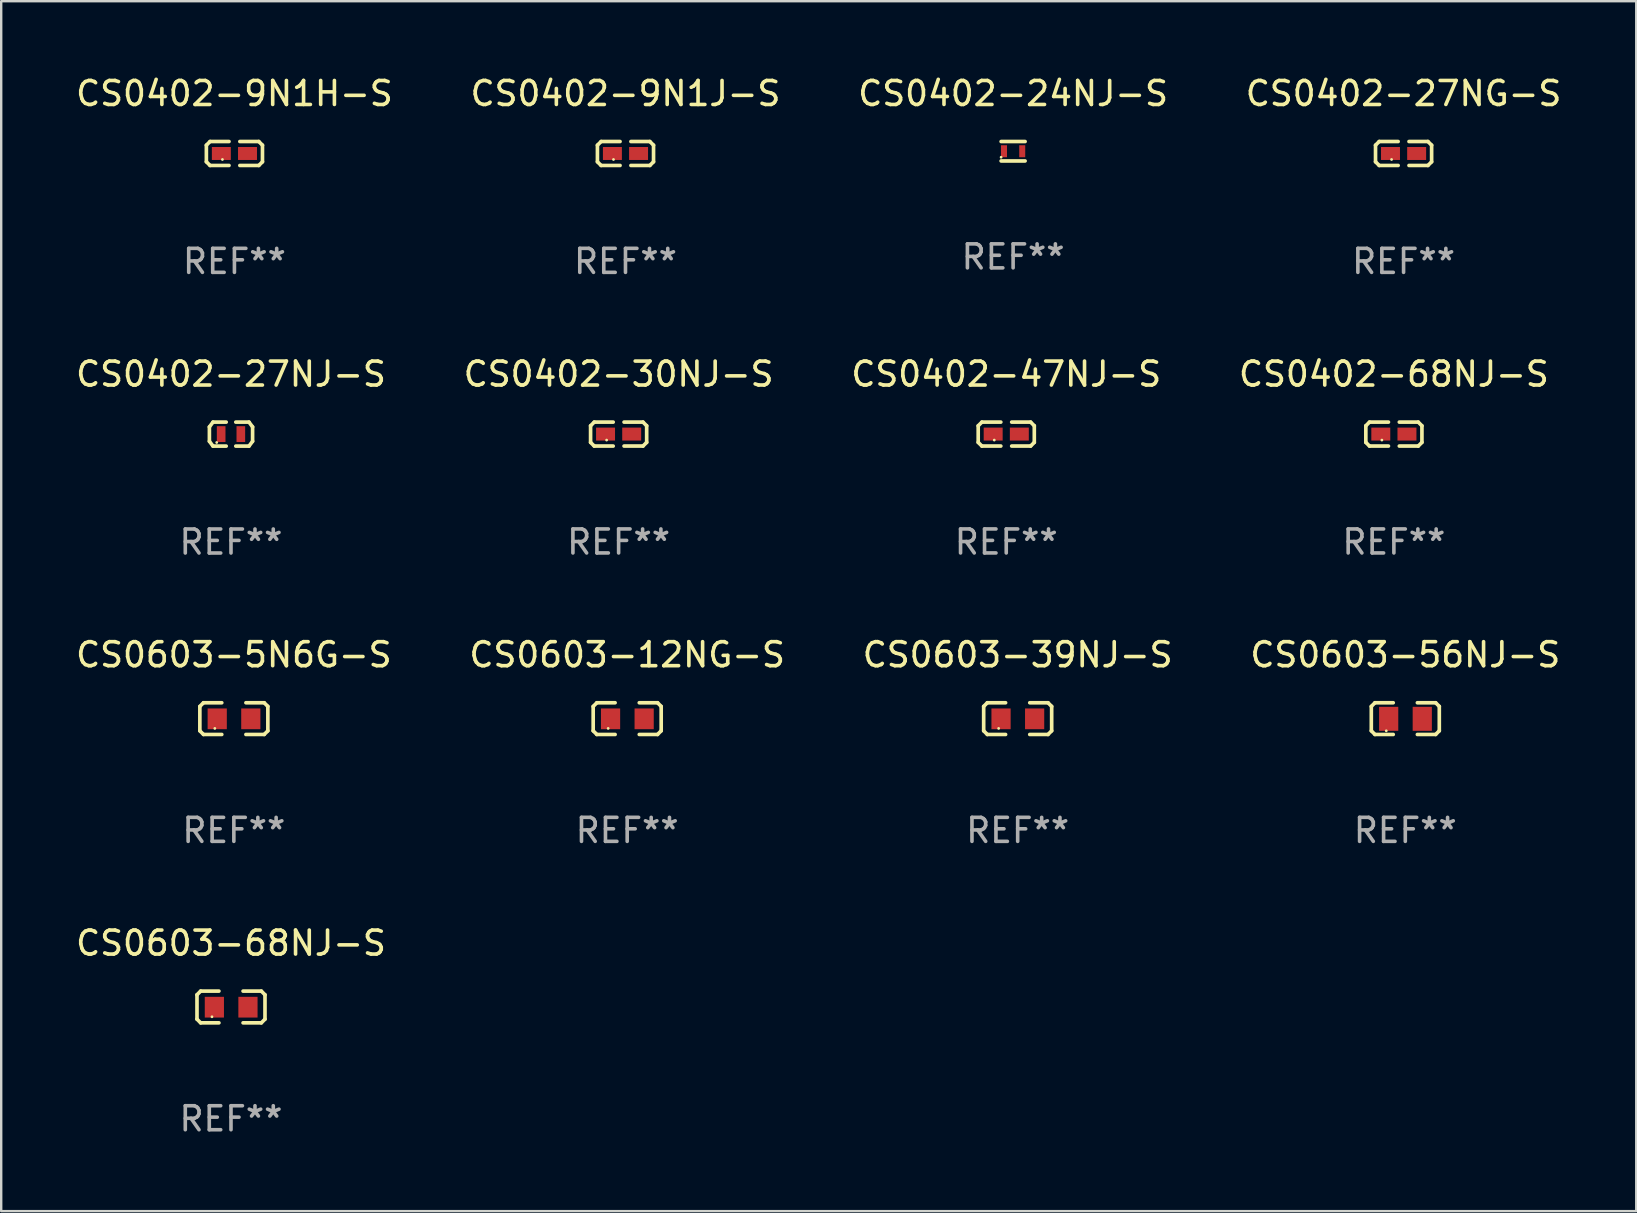
<source format=kicad_pcb>
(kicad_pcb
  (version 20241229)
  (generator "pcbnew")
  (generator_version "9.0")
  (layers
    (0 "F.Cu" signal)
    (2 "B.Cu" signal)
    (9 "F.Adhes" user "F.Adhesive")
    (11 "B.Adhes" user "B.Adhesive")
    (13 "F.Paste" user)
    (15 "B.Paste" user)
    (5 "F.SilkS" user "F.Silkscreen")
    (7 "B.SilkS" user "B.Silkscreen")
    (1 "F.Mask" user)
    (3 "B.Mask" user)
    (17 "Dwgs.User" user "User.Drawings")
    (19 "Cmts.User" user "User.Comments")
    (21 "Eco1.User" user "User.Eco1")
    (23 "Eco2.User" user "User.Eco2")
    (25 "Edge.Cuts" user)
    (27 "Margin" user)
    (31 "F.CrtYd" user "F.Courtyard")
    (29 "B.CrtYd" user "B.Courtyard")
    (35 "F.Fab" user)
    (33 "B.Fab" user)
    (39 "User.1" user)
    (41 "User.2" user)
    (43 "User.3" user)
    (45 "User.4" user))
  (footprint "CS0603-5N6G-S"
    (layer "F.Cu")
    (at 6.696 26.899)
    (property "Reference" "CS0603-5N6G-S" (at 0 -2.661 0) (layer "F.SilkS") (effects (font (size 1 1) (thickness 0.15))))
    (attr through_hole)
    (fp_line (start -1.417 -0.508) (end -1.265 -0.661) (stroke (width 0.152) (type solid)) (layer "F.SilkS"))
    (fp_line (start -1.417 0.508) (end -1.417 -0.508) (stroke (width 0.152) (type solid)) (layer "F.SilkS"))
    (fp_line (start -1.265 -0.661) (end -0.503 -0.661) (stroke (width 0.152) (type solid)) (layer "F.SilkS"))
    (fp_line (start -1.265 0.661) (end -1.417 0.508) (stroke (width 0.152) (type solid)) (layer "F.SilkS"))
    (fp_line (start -1.265 0.661) (end -0.503 0.661) (stroke (width 0.152) (type solid)) (layer "F.SilkS"))
    (fp_line (start 1.265 -0.661) (end 0.503 -0.661) (stroke (width 0.152) (type solid)) (layer "F.SilkS"))
    (fp_line (start 1.265 -0.661) (end 1.417 -0.508) (stroke (width 0.152) (type solid)) (layer "F.SilkS"))
    (fp_line (start 1.265 0.661) (end 0.503 0.661) (stroke (width 0.152) (type solid)) (layer "F.SilkS"))
    (fp_line (start 1.417 -0.508) (end 1.417 0.508) (stroke (width 0.152) (type solid)) (layer "F.SilkS"))
    (fp_line (start 1.417 0.508) (end 1.265 0.661) (stroke (width 0.152) (type solid)) (layer "F.SilkS"))
    (fp_circle (center -0.793 0.409) (end -0.763 0.409) (stroke (width 0.06) (type solid)) (fill no) (layer "F.SilkS"))
    (fp_text user "REF**" (at 0 4.661 0) (layer "F.Fab") (effects (font (size 1 1) (thickness 0.15))))
    (pad "1" smd rect (at -0.693 0.009 180) (size 0.8 0.864) (layers "F.Cu" "F.Mask" "F.Paste"))
    (pad "2" smd rect (at 0.707 0.009 180) (size 0.8 0.864) (layers "F.Cu" "F.Mask" "F.Paste")))
  (footprint "CS0402-9N1H-S"
    (layer "F.Cu")
    (at 6.72 3.347)
    (property "Reference" "CS0402-9N1H-S" (at 0 -2.499 0) (layer "F.SilkS") (effects (font (size 1 1) (thickness 0.15))))
    (attr through_hole)
    (fp_line (start -1.169 -0.346) (end -1.016 -0.499) (stroke (width 0.152) (type solid)) (layer "F.SilkS"))
    (fp_line (start -1.169 0.346) (end -1.169 -0.346) (stroke (width 0.152) (type solid)) (layer "F.SilkS"))
    (fp_line (start -1.016 -0.499) (end -0.226 -0.499) (stroke (width 0.152) (type solid)) (layer "F.SilkS"))
    (fp_line (start -1.016 0.499) (end -1.169 0.346) (stroke (width 0.152) (type solid)) (layer "F.SilkS"))
    (fp_line (start -0.226 0.499) (end -1.016 0.499) (stroke (width 0.152) (type solid)) (layer "F.SilkS"))
    (fp_line (start 0.226 0.499) (end 1.016 0.499) (stroke (width 0.152) (type solid)) (layer "F.SilkS"))
    (fp_line (start 1.016 -0.499) (end 0.226 -0.499) (stroke (width 0.152) (type solid)) (layer "F.SilkS"))
    (fp_line (start 1.016 0.499) (end 1.169 0.346) (stroke (width 0.152) (type solid)) (layer "F.SilkS"))
    (fp_line (start 1.169 -0.346) (end 1.016 -0.499) (stroke (width 0.152) (type solid)) (layer "F.SilkS"))
    (fp_line (start 1.169 0.346) (end 1.169 -0.346) (stroke (width 0.152) (type solid)) (layer "F.SilkS"))
    (fp_circle (center -0.5 0.25) (end -0.47 0.25) (stroke (width 0.06) (type solid)) (fill no) (layer "F.SilkS"))
    (fp_text user "REF**" (at 0 4.499 0) (layer "F.Fab") (effects (font (size 1 1) (thickness 0.15))))
    (pad "1" smd rect (at -0.545 0) (size 0.79 0.54) (layers "F.Cu" "F.Mask" "F.Paste"))
    (pad "2" smd rect (at 0.545 0) (size 0.79 0.54) (layers "F.Cu" "F.Mask" "F.Paste")))
  (footprint "CS0402-24NJ-S"
    (layer "F.Cu")
    (at 39.173 3.253)
    (property "Reference" "CS0402-24NJ-S" (at 0 -2.405 0) (layer "F.SilkS") (effects (font (size 1 1) (thickness 0.15))))
    (attr through_hole)
    (fp_line (start -0.5 -0.405) (end 0.5 -0.405) (stroke (width 0.152) (type solid)) (layer "F.SilkS"))
    (fp_line (start -0.5 0.405) (end 0.5 0.405) (stroke (width 0.152) (type solid)) (layer "F.SilkS"))
    (fp_circle (center -0.5 0.25) (end -0.47 0.25) (stroke (width 0.06) (type solid)) (fill no) (layer "F.SilkS"))
    (fp_text user "REF**" (at 0 4.405 0) (layer "F.Fab") (effects (font (size 1 1) (thickness 0.15))))
    (pad "1" smd rect (at -0.38 0 90) (size 0.5 0.25) (layers "F.Cu" "F.Mask" "F.Paste"))
    (pad "2" smd rect (at 0.38 0 90) (size 0.5 0.25) (layers "F.Cu" "F.Mask" "F.Paste")))
  (footprint "CS0402-27NG-S"
    (layer "F.Cu")
    (at 55.446 3.347)
    (property "Reference" "CS0402-27NG-S" (at 0 -2.499 0) (layer "F.SilkS") (effects (font (size 1 1) (thickness 0.15))))
    (attr through_hole)
    (fp_line (start -1.169 -0.346) (end -1.016 -0.499) (stroke (width 0.152) (type solid)) (layer "F.SilkS"))
    (fp_line (start -1.169 0.346) (end -1.169 -0.346) (stroke (width 0.152) (type solid)) (layer "F.SilkS"))
    (fp_line (start -1.016 -0.499) (end -0.226 -0.499) (stroke (width 0.152) (type solid)) (layer "F.SilkS"))
    (fp_line (start -1.016 0.499) (end -1.169 0.346) (stroke (width 0.152) (type solid)) (layer "F.SilkS"))
    (fp_line (start -0.226 0.499) (end -1.016 0.499) (stroke (width 0.152) (type solid)) (layer "F.SilkS"))
    (fp_line (start 0.226 0.499) (end 1.016 0.499) (stroke (width 0.152) (type solid)) (layer "F.SilkS"))
    (fp_line (start 1.016 -0.499) (end 0.226 -0.499) (stroke (width 0.152) (type solid)) (layer "F.SilkS"))
    (fp_line (start 1.016 0.499) (end 1.169 0.346) (stroke (width 0.152) (type solid)) (layer "F.SilkS"))
    (fp_line (start 1.169 -0.346) (end 1.016 -0.499) (stroke (width 0.152) (type solid)) (layer "F.SilkS"))
    (fp_line (start 1.169 0.346) (end 1.169 -0.346) (stroke (width 0.152) (type solid)) (layer "F.SilkS"))
    (fp_circle (center -0.5 0.25) (end -0.47 0.25) (stroke (width 0.06) (type solid)) (fill no) (layer "F.SilkS"))
    (fp_text user "REF**" (at 0 4.499 0) (layer "F.Fab") (effects (font (size 1 1) (thickness 0.15))))
    (pad "1" smd rect (at -0.545 0) (size 0.79 0.54) (layers "F.Cu" "F.Mask" "F.Paste"))
    (pad "2" smd rect (at 0.545 0) (size 0.79 0.54) (layers "F.Cu" "F.Mask" "F.Paste")))
  (footprint "CS0402-68NJ-S"
    (layer "F.Cu")
    (at 55.042 15.041)
    (property "Reference" "CS0402-68NJ-S" (at 0 -2.499 0) (layer "F.SilkS") (effects (font (size 1 1) (thickness 0.15))))
    (attr through_hole)
    (fp_line (start -1.169 -0.346) (end -1.016 -0.499) (stroke (width 0.152) (type solid)) (layer "F.SilkS"))
    (fp_line (start -1.169 0.346) (end -1.169 -0.346) (stroke (width 0.152) (type solid)) (layer "F.SilkS"))
    (fp_line (start -1.016 -0.499) (end -0.226 -0.499) (stroke (width 0.152) (type solid)) (layer "F.SilkS"))
    (fp_line (start -1.016 0.499) (end -1.169 0.346) (stroke (width 0.152) (type solid)) (layer "F.SilkS"))
    (fp_line (start -0.226 0.499) (end -1.016 0.499) (stroke (width 0.152) (type solid)) (layer "F.SilkS"))
    (fp_line (start 0.226 0.499) (end 1.016 0.499) (stroke (width 0.152) (type solid)) (layer "F.SilkS"))
    (fp_line (start 1.016 -0.499) (end 0.226 -0.499) (stroke (width 0.152) (type solid)) (layer "F.SilkS"))
    (fp_line (start 1.016 0.499) (end 1.169 0.346) (stroke (width 0.152) (type solid)) (layer "F.SilkS"))
    (fp_line (start 1.169 -0.346) (end 1.016 -0.499) (stroke (width 0.152) (type solid)) (layer "F.SilkS"))
    (fp_line (start 1.169 0.346) (end 1.169 -0.346) (stroke (width 0.152) (type solid)) (layer "F.SilkS"))
    (fp_circle (center -0.5 0.25) (end -0.47 0.25) (stroke (width 0.06) (type solid)) (fill no) (layer "F.SilkS"))
    (fp_text user "REF**" (at 0 4.499 0) (layer "F.Fab") (effects (font (size 1 1) (thickness 0.15))))
    (pad "1" smd rect (at -0.545 0) (size 0.79 0.54) (layers "F.Cu" "F.Mask" "F.Paste"))
    (pad "2" smd rect (at 0.545 0) (size 0.79 0.54) (layers "F.Cu" "F.Mask" "F.Paste")))
  (footprint "CS0402-27NJ-S"
    (layer "F.Cu")
    (at 6.577 15.042)
    (property "Reference" "CS0402-27NJ-S" (at 0 -2.5 0) (layer "F.SilkS") (effects (font (size 1 1) (thickness 0.15))))
    (attr through_hole)
    (fp_line (start -0.9 -0.3) (end -0.9 0.3) (stroke (width 0.152) (type solid)) (layer "F.SilkS"))
    (fp_line (start -0.9 0.3) (end -0.75 0.5) (stroke (width 0.152) (type solid)) (layer "F.SilkS"))
    (fp_line (start -0.75 -0.5) (end -0.9 -0.3) (stroke (width 0.152) (type solid)) (layer "F.SilkS"))
    (fp_line (start -0.75 -0.5) (end -0.2 -0.5) (stroke (width 0.152) (type solid)) (layer "F.SilkS"))
    (fp_line (start -0.75 0.5) (end -0.2 0.5) (stroke (width 0.152) (type solid)) (layer "F.SilkS"))
    (fp_line (start 0.75 -0.5) (end 0.2 -0.5) (stroke (width 0.152) (type solid)) (layer "F.SilkS"))
    (fp_line (start 0.75 -0.5) (end 0.9 -0.3) (stroke (width 0.152) (type solid)) (layer "F.SilkS"))
    (fp_line (start 0.75 0.5) (end 0.2 0.5) (stroke (width 0.152) (type solid)) (layer "F.SilkS"))
    (fp_line (start 0.9 -0.3) (end 0.9 0.3) (stroke (width 0.152) (type solid)) (layer "F.SilkS"))
    (fp_line (start 0.9 0.3) (end 0.75 0.5) (stroke (width 0.152) (type solid)) (layer "F.SilkS"))
    (fp_circle (center -0.595 0.35) (end -0.565 0.35) (stroke (width 0.06) (type solid)) (fill no) (layer "F.SilkS"))
    (fp_text user "REF**" (at 0 4.5 0) (layer "F.Fab") (effects (font (size 1 1) (thickness 0.15))))
    (pad "1" smd rect (at -0.41 0.000013 90) (size 0.66 0.36) (layers "F.Cu" "F.Mask" "F.Paste"))
    (pad "2" smd rect (at 0.41 0.000013 90) (size 0.66 0.36) (layers "F.Cu" "F.Mask" "F.Paste")))
  (footprint "CS0402-47NJ-S"
    (layer "F.Cu")
    (at 38.887 15.041)
    (property "Reference" "CS0402-47NJ-S" (at 0 -2.499 0) (layer "F.SilkS") (effects (font (size 1 1) (thickness 0.15))))
    (attr through_hole)
    (fp_line (start -1.169 -0.346) (end -1.016 -0.499) (stroke (width 0.152) (type solid)) (layer "F.SilkS"))
    (fp_line (start -1.169 0.346) (end -1.169 -0.346) (stroke (width 0.152) (type solid)) (layer "F.SilkS"))
    (fp_line (start -1.016 -0.499) (end -0.226 -0.499) (stroke (width 0.152) (type solid)) (layer "F.SilkS"))
    (fp_line (start -1.016 0.499) (end -1.169 0.346) (stroke (width 0.152) (type solid)) (layer "F.SilkS"))
    (fp_line (start -0.226 0.499) (end -1.016 0.499) (stroke (width 0.152) (type solid)) (layer "F.SilkS"))
    (fp_line (start 0.226 0.499) (end 1.016 0.499) (stroke (width 0.152) (type solid)) (layer "F.SilkS"))
    (fp_line (start 1.016 -0.499) (end 0.226 -0.499) (stroke (width 0.152) (type solid)) (layer "F.SilkS"))
    (fp_line (start 1.016 0.499) (end 1.169 0.346) (stroke (width 0.152) (type solid)) (layer "F.SilkS"))
    (fp_line (start 1.169 -0.346) (end 1.016 -0.499) (stroke (width 0.152) (type solid)) (layer "F.SilkS"))
    (fp_line (start 1.169 0.346) (end 1.169 -0.346) (stroke (width 0.152) (type solid)) (layer "F.SilkS"))
    (fp_circle (center -0.5 0.25) (end -0.47 0.25) (stroke (width 0.06) (type solid)) (fill no) (layer "F.SilkS"))
    (fp_text user "REF**" (at 0 4.499 0) (layer "F.Fab") (effects (font (size 1 1) (thickness 0.15))))
    (pad "1" smd rect (at -0.545 0) (size 0.79 0.54) (layers "F.Cu" "F.Mask" "F.Paste"))
    (pad "2" smd rect (at 0.545 0) (size 0.79 0.54) (layers "F.Cu" "F.Mask" "F.Paste")))
  (footprint "CS0603-39NJ-S"
    (layer "F.Cu")
    (at 39.363 26.899)
    (property "Reference" "CS0603-39NJ-S" (at 0 -2.661 0) (layer "F.SilkS") (effects (font (size 1 1) (thickness 0.15))))
    (attr through_hole)
    (fp_line (start -1.417 -0.508) (end -1.265 -0.661) (stroke (width 0.152) (type solid)) (layer "F.SilkS"))
    (fp_line (start -1.417 0.508) (end -1.417 -0.508) (stroke (width 0.152) (type solid)) (layer "F.SilkS"))
    (fp_line (start -1.265 -0.661) (end -0.503 -0.661) (stroke (width 0.152) (type solid)) (layer "F.SilkS"))
    (fp_line (start -1.265 0.661) (end -1.417 0.508) (stroke (width 0.152) (type solid)) (layer "F.SilkS"))
    (fp_line (start -1.265 0.661) (end -0.503 0.661) (stroke (width 0.152) (type solid)) (layer "F.SilkS"))
    (fp_line (start 1.265 -0.661) (end 0.503 -0.661) (stroke (width 0.152) (type solid)) (layer "F.SilkS"))
    (fp_line (start 1.265 -0.661) (end 1.417 -0.508) (stroke (width 0.152) (type solid)) (layer "F.SilkS"))
    (fp_line (start 1.265 0.661) (end 0.503 0.661) (stroke (width 0.152) (type solid)) (layer "F.SilkS"))
    (fp_line (start 1.417 -0.508) (end 1.417 0.508) (stroke (width 0.152) (type solid)) (layer "F.SilkS"))
    (fp_line (start 1.417 0.508) (end 1.265 0.661) (stroke (width 0.152) (type solid)) (layer "F.SilkS"))
    (fp_circle (center -0.793 0.409) (end -0.763 0.409) (stroke (width 0.06) (type solid)) (fill no) (layer "F.SilkS"))
    (fp_text user "REF**" (at 0 4.661 0) (layer "F.Fab") (effects (font (size 1 1) (thickness 0.15))))
    (pad "1" smd rect (at -0.693 0.009 180) (size 0.8 0.864) (layers "F.Cu" "F.Mask" "F.Paste"))
    (pad "2" smd rect (at 0.707 0.009 180) (size 0.8 0.864) (layers "F.Cu" "F.Mask" "F.Paste")))
  (footprint "CS0402-30NJ-S"
    (layer "F.Cu")
    (at 22.732 15.041)
    (property "Reference" "CS0402-30NJ-S" (at 0 -2.499 0) (layer "F.SilkS") (effects (font (size 1 1) (thickness 0.15))))
    (attr through_hole)
    (fp_line (start -1.169 -0.346) (end -1.016 -0.499) (stroke (width 0.152) (type solid)) (layer "F.SilkS"))
    (fp_line (start -1.169 0.346) (end -1.169 -0.346) (stroke (width 0.152) (type solid)) (layer "F.SilkS"))
    (fp_line (start -1.016 -0.499) (end -0.226 -0.499) (stroke (width 0.152) (type solid)) (layer "F.SilkS"))
    (fp_line (start -1.016 0.499) (end -1.169 0.346) (stroke (width 0.152) (type solid)) (layer "F.SilkS"))
    (fp_line (start -0.226 0.499) (end -1.016 0.499) (stroke (width 0.152) (type solid)) (layer "F.SilkS"))
    (fp_line (start 0.226 0.499) (end 1.016 0.499) (stroke (width 0.152) (type solid)) (layer "F.SilkS"))
    (fp_line (start 1.016 -0.499) (end 0.226 -0.499) (stroke (width 0.152) (type solid)) (layer "F.SilkS"))
    (fp_line (start 1.016 0.499) (end 1.169 0.346) (stroke (width 0.152) (type solid)) (layer "F.SilkS"))
    (fp_line (start 1.169 -0.346) (end 1.016 -0.499) (stroke (width 0.152) (type solid)) (layer "F.SilkS"))
    (fp_line (start 1.169 0.346) (end 1.169 -0.346) (stroke (width 0.152) (type solid)) (layer "F.SilkS"))
    (fp_circle (center -0.5 0.25) (end -0.47 0.25) (stroke (width 0.06) (type solid)) (fill no) (layer "F.SilkS"))
    (fp_text user "REF**" (at 0 4.499 0) (layer "F.Fab") (effects (font (size 1 1) (thickness 0.15))))
    (pad "1" smd rect (at -0.545 0) (size 0.79 0.54) (layers "F.Cu" "F.Mask" "F.Paste"))
    (pad "2" smd rect (at 0.545 0) (size 0.79 0.54) (layers "F.Cu" "F.Mask" "F.Paste")))
  (footprint "CS0603-68NJ-S"
    (layer "F.Cu")
    (at 6.577 38.917)
    (property "Reference" "CS0603-68NJ-S" (at 0 -2.661 0) (layer "F.SilkS") (effects (font (size 1 1) (thickness 0.15))))
    (attr through_hole)
    (fp_line (start -1.417 -0.508) (end -1.265 -0.661) (stroke (width 0.152) (type solid)) (layer "F.SilkS"))
    (fp_line (start -1.417 0.508) (end -1.417 -0.508) (stroke (width 0.152) (type solid)) (layer "F.SilkS"))
    (fp_line (start -1.265 -0.661) (end -0.503 -0.661) (stroke (width 0.152) (type solid)) (layer "F.SilkS"))
    (fp_line (start -1.265 0.661) (end -1.417 0.508) (stroke (width 0.152) (type solid)) (layer "F.SilkS"))
    (fp_line (start -1.265 0.661) (end -0.503 0.661) (stroke (width 0.152) (type solid)) (layer "F.SilkS"))
    (fp_line (start 1.265 -0.661) (end 0.503 -0.661) (stroke (width 0.152) (type solid)) (layer "F.SilkS"))
    (fp_line (start 1.265 -0.661) (end 1.417 -0.508) (stroke (width 0.152) (type solid)) (layer "F.SilkS"))
    (fp_line (start 1.265 0.661) (end 0.503 0.661) (stroke (width 0.152) (type solid)) (layer "F.SilkS"))
    (fp_line (start 1.417 -0.508) (end 1.417 0.508) (stroke (width 0.152) (type solid)) (layer "F.SilkS"))
    (fp_line (start 1.417 0.508) (end 1.265 0.661) (stroke (width 0.152) (type solid)) (layer "F.SilkS"))
    (fp_circle (center -0.793 0.409) (end -0.763 0.409) (stroke (width 0.06) (type solid)) (fill no) (layer "F.SilkS"))
    (fp_text user "REF**" (at 0 4.661 0) (layer "F.Fab") (effects (font (size 1 1) (thickness 0.15))))
    (pad "1" smd rect (at -0.693 0.009 180) (size 0.8 0.864) (layers "F.Cu" "F.Mask" "F.Paste"))
    (pad "2" smd rect (at 0.707 0.009 180) (size 0.8 0.864) (layers "F.Cu" "F.Mask" "F.Paste")))
  (footprint "CS0402-9N1J-S"
    (layer "F.Cu")
    (at 23.018 3.347)
    (property "Reference" "CS0402-9N1J-S" (at 0 -2.499 0) (layer "F.SilkS") (effects (font (size 1 1) (thickness 0.15))))
    (attr through_hole)
    (fp_line (start -1.169 -0.346) (end -1.016 -0.499) (stroke (width 0.152) (type solid)) (layer "F.SilkS"))
    (fp_line (start -1.169 0.346) (end -1.169 -0.346) (stroke (width 0.152) (type solid)) (layer "F.SilkS"))
    (fp_line (start -1.016 -0.499) (end -0.226 -0.499) (stroke (width 0.152) (type solid)) (layer "F.SilkS"))
    (fp_line (start -1.016 0.499) (end -1.169 0.346) (stroke (width 0.152) (type solid)) (layer "F.SilkS"))
    (fp_line (start -0.226 0.499) (end -1.016 0.499) (stroke (width 0.152) (type solid)) (layer "F.SilkS"))
    (fp_line (start 0.226 0.499) (end 1.016 0.499) (stroke (width 0.152) (type solid)) (layer "F.SilkS"))
    (fp_line (start 1.016 -0.499) (end 0.226 -0.499) (stroke (width 0.152) (type solid)) (layer "F.SilkS"))
    (fp_line (start 1.016 0.499) (end 1.169 0.346) (stroke (width 0.152) (type solid)) (layer "F.SilkS"))
    (fp_line (start 1.169 -0.346) (end 1.016 -0.499) (stroke (width 0.152) (type solid)) (layer "F.SilkS"))
    (fp_line (start 1.169 0.346) (end 1.169 -0.346) (stroke (width 0.152) (type solid)) (layer "F.SilkS"))
    (fp_circle (center -0.5 0.25) (end -0.47 0.25) (stroke (width 0.06) (type solid)) (fill no) (layer "F.SilkS"))
    (fp_text user "REF**" (at 0 4.499 0) (layer "F.Fab") (effects (font (size 1 1) (thickness 0.15))))
    (pad "1" smd rect (at -0.545 0) (size 0.79 0.54) (layers "F.Cu" "F.Mask" "F.Paste"))
    (pad "2" smd rect (at 0.545 0) (size 0.79 0.54) (layers "F.Cu" "F.Mask" "F.Paste")))
  (footprint "CS0603-56NJ-S"
    (layer "F.Cu")
    (at 55.518 26.899)
    (property "Reference" "CS0603-56NJ-S" (at 0 -2.661 0) (layer "F.SilkS") (effects (font (size 1 1) (thickness 0.15))))
    (attr through_hole)
    (fp_line (start -1.417 -0.508) (end -1.265 -0.661) (stroke (width 0.152) (type solid)) (layer "F.SilkS"))
    (fp_line (start -1.417 0.508) (end -1.417 -0.508) (stroke (width 0.152) (type solid)) (layer "F.SilkS"))
    (fp_line (start -1.265 -0.661) (end -0.503 -0.661) (stroke (width 0.152) (type solid)) (layer "F.SilkS"))
    (fp_line (start -1.265 0.661) (end -1.417 0.508) (stroke (width 0.152) (type solid)) (layer "F.SilkS"))
    (fp_line (start -1.265 0.661) (end -0.503 0.661) (stroke (width 0.152) (type solid)) (layer "F.SilkS"))
    (fp_line (start 1.265 -0.661) (end 0.503 -0.661) (stroke (width 0.152) (type solid)) (layer "F.SilkS"))
    (fp_line (start 1.265 -0.661) (end 1.417 -0.508) (stroke (width 0.152) (type solid)) (layer "F.SilkS"))
    (fp_line (start 1.265 0.661) (end 0.503 0.661) (stroke (width 0.152) (type solid)) (layer "F.SilkS"))
    (fp_line (start 1.417 -0.508) (end 1.417 0.508) (stroke (width 0.152) (type solid)) (layer "F.SilkS"))
    (fp_line (start 1.417 0.508) (end 1.265 0.661) (stroke (width 0.152) (type solid)) (layer "F.SilkS"))
    (fp_circle (center -0.793 0.509) (end -0.763 0.509) (stroke (width 0.06) (type solid)) (fill no) (layer "F.SilkS"))
    (fp_text user "REF**" (at 0 4.661 0) (layer "F.Fab") (effects (font (size 1 1) (thickness 0.15))))
    (pad "1" smd rect (at -0.693 0.009) (size 0.8 1) (layers "F.Cu" "F.Mask" "F.Paste"))
    (pad "2" smd rect (at 0.707 0.009) (size 0.8 1) (layers "F.Cu" "F.Mask" "F.Paste")))
  (footprint "CS0603-12NG-S"
    (layer "F.Cu")
    (at 23.089 26.899)
    (property "Reference" "CS0603-12NG-S" (at 0 -2.661 0) (layer "F.SilkS") (effects (font (size 1 1) (thickness 0.15))))
    (attr through_hole)
    (fp_line (start -1.417 -0.508) (end -1.265 -0.661) (stroke (width 0.152) (type solid)) (layer "F.SilkS"))
    (fp_line (start -1.417 0.508) (end -1.417 -0.508) (stroke (width 0.152) (type solid)) (layer "F.SilkS"))
    (fp_line (start -1.265 -0.661) (end -0.503 -0.661) (stroke (width 0.152) (type solid)) (layer "F.SilkS"))
    (fp_line (start -1.265 0.661) (end -1.417 0.508) (stroke (width 0.152) (type solid)) (layer "F.SilkS"))
    (fp_line (start -1.265 0.661) (end -0.503 0.661) (stroke (width 0.152) (type solid)) (layer "F.SilkS"))
    (fp_line (start 1.265 -0.661) (end 0.503 -0.661) (stroke (width 0.152) (type solid)) (layer "F.SilkS"))
    (fp_line (start 1.265 -0.661) (end 1.417 -0.508) (stroke (width 0.152) (type solid)) (layer "F.SilkS"))
    (fp_line (start 1.265 0.661) (end 0.503 0.661) (stroke (width 0.152) (type solid)) (layer "F.SilkS"))
    (fp_line (start 1.417 -0.508) (end 1.417 0.508) (stroke (width 0.152) (type solid)) (layer "F.SilkS"))
    (fp_line (start 1.417 0.508) (end 1.265 0.661) (stroke (width 0.152) (type solid)) (layer "F.SilkS"))
    (fp_circle (center -0.793 0.409) (end -0.763 0.409) (stroke (width 0.06) (type solid)) (fill no) (layer "F.SilkS"))
    (fp_text user "REF**" (at 0 4.661 0) (layer "F.Fab") (effects (font (size 1 1) (thickness 0.15))))
    (pad "1" smd rect (at -0.693 0.009 180) (size 0.8 0.864) (layers "F.Cu" "F.Mask" "F.Paste"))
    (pad "2" smd rect (at 0.707 0.009 180) (size 0.8 0.864) (layers "F.Cu" "F.Mask" "F.Paste")))
  (gr_rect
    (start -3 -3)
    (end 65.143 47.426)
    (stroke (width 0.1) (type default))
    (fill no)
    (layer "Edge.Cuts")))
</source>
